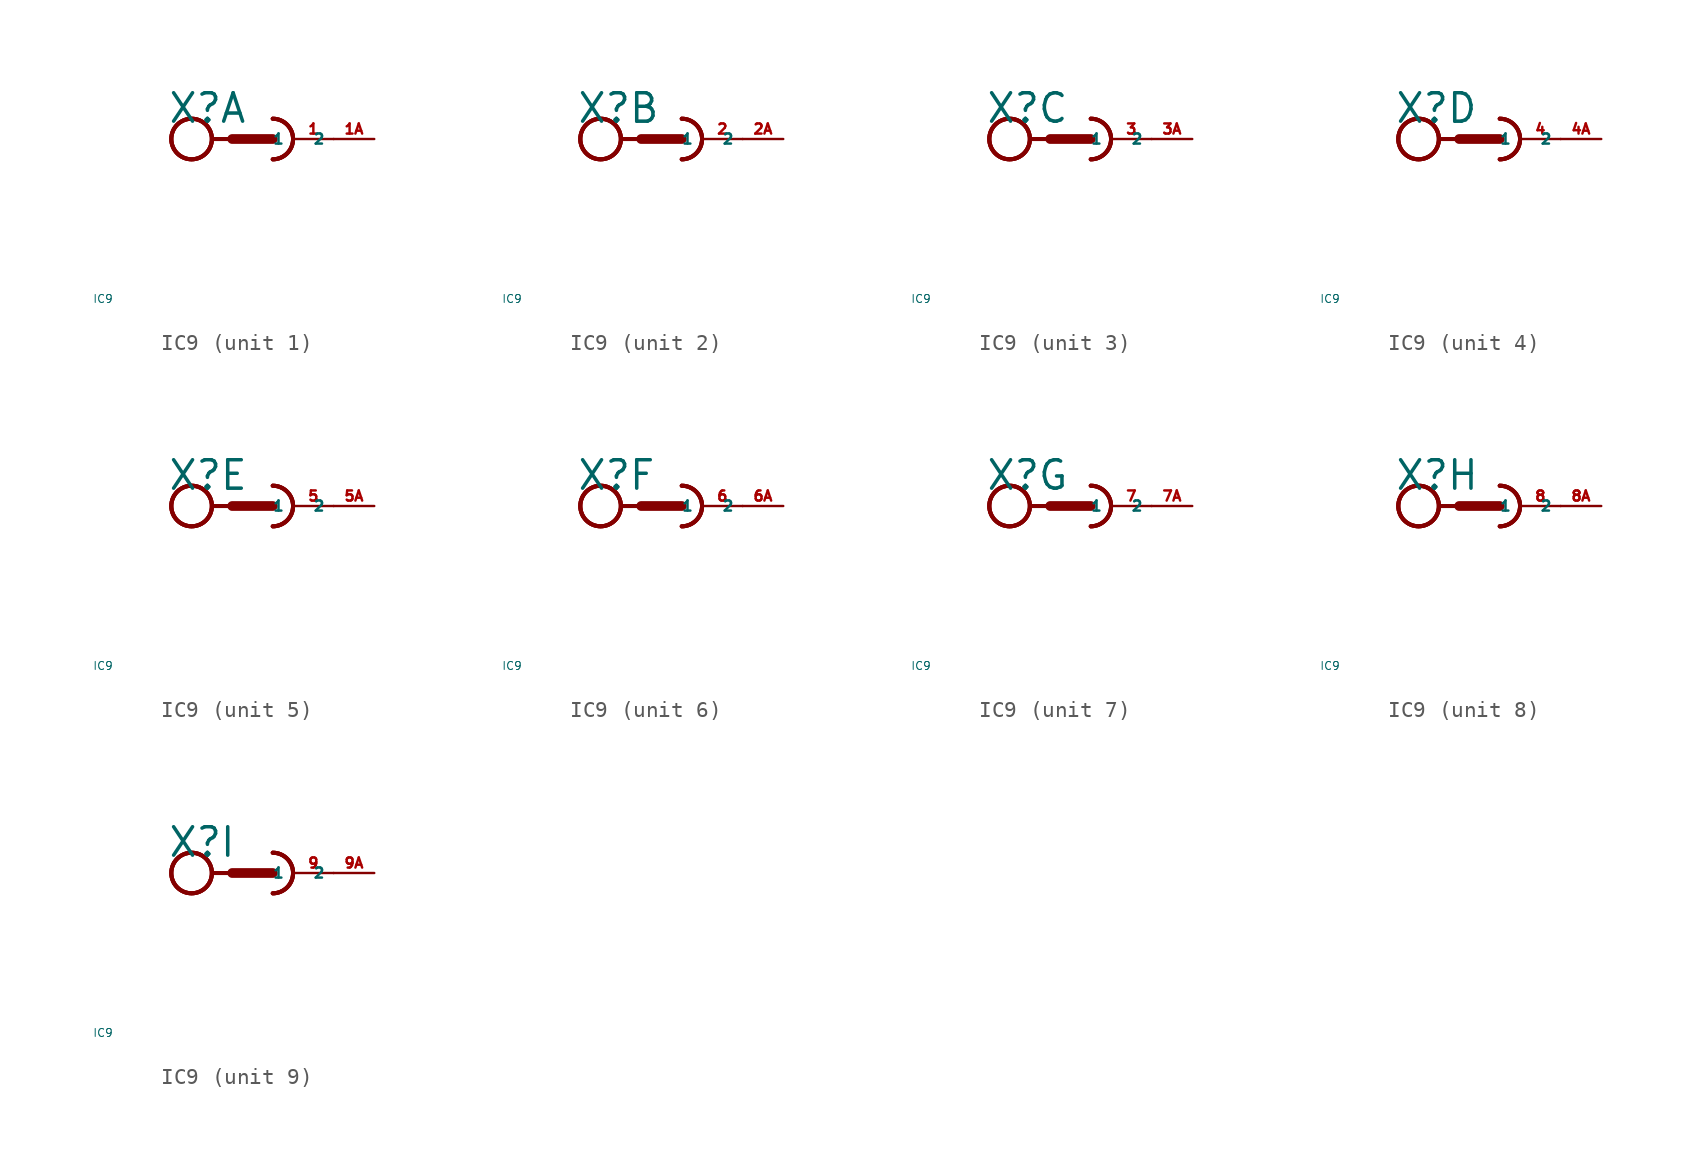
<source format=kicad_sym>
(kicad_symbol_lib
  (version 20220914)
  (generator Eagle2Kicad)
  (symbol "IC9"
    (property "Reference" "X"
      (at -5.334 0.889 0)
      (effects (font (size 1.778 1.778) (thickness 0.22)) (justify left bottom)))
    (property "Value" "IC9"
      (at -10 -10 0)
      (effects (font (size 0.5 0.5) (thickness 0.06)) (justify left)))
    (symbol "IC9_1_0"
      (arc (start 1.27 -1.27) (mid 2.540 0.000) (end 1.27 1.27) (stroke (width 0.254) (type default)) (fill (type none)))
      (arc (start 1.27 -1.27) (mid 2.540 0.000) (end 1.27 1.27) (stroke (width 0.254) (type default)) (fill (type none)))
      (polyline (pts (xy -2.54 0) (xy -1.27 0)) (stroke (width 0.254) (type default)) (fill (type none)))
      (polyline (pts (xy -1.27 0) (xy 1.27 0)) (stroke (width 0.61) (type default)) (fill (type none)))
      (arc (start 1.27 -1.27) (mid 2.540 0.000) (end 1.27 1.27) (stroke (width 0.254) (type default)) (fill (type none)))
      (circle (center -3.81 0) (radius 1.27) (stroke (width 0.254) (type default)) (fill (type none)))
      (circle (center -3.81 0) (radius 1.27) (stroke (width 0.254) (type default)) (fill (type none)))
      (circle (center -3.81 0) (radius 1.27) (stroke (width 0.254) (type default)) (fill (type none)))
      (pin passive line (at 5.08 0 180) (length 2.54) (name "1" (effects (font (size 0.635 0.635) (thickness 0.08)) (justify left bottom))) (number "1" (effects (font (size 0.635 0.635) (thickness 0.08)) (justify left bottom))))
      (pin passive line (at 7.62 0 180) (length 2.54) (name "2" (effects (font (size 0.635 0.635) (thickness 0.08)) (justify left bottom))) (number "1A" (effects (font (size 0.635 0.635) (thickness 0.08)) (justify left bottom)))))
    (symbol "IC9_2_0"
      (arc (start 1.27 -1.27) (mid 2.540 0.000) (end 1.27 1.27) (stroke (width 0.254) (type default)) (fill (type none)))
      (arc (start 1.27 -1.27) (mid 2.540 0.000) (end 1.27 1.27) (stroke (width 0.254) (type default)) (fill (type none)))
      (polyline (pts (xy -2.54 0) (xy -1.27 0)) (stroke (width 0.254) (type default)) (fill (type none)))
      (polyline (pts (xy -1.27 0) (xy 1.27 0)) (stroke (width 0.61) (type default)) (fill (type none)))
      (arc (start 1.27 -1.27) (mid 2.540 0.000) (end 1.27 1.27) (stroke (width 0.254) (type default)) (fill (type none)))
      (circle (center -3.81 0) (radius 1.27) (stroke (width 0.254) (type default)) (fill (type none)))
      (circle (center -3.81 0) (radius 1.27) (stroke (width 0.254) (type default)) (fill (type none)))
      (circle (center -3.81 0) (radius 1.27) (stroke (width 0.254) (type default)) (fill (type none)))
      (pin passive line (at 5.08 0 180) (length 2.54) (name "1" (effects (font (size 0.635 0.635) (thickness 0.08)) (justify left bottom))) (number "2" (effects (font (size 0.635 0.635) (thickness 0.08)) (justify left bottom))))
      (pin passive line (at 7.62 0 180) (length 2.54) (name "2" (effects (font (size 0.635 0.635) (thickness 0.08)) (justify left bottom))) (number "2A" (effects (font (size 0.635 0.635) (thickness 0.08)) (justify left bottom)))))
    (symbol "IC9_3_0"
      (arc (start 1.27 -1.27) (mid 2.540 0.000) (end 1.27 1.27) (stroke (width 0.254) (type default)) (fill (type none)))
      (arc (start 1.27 -1.27) (mid 2.540 0.000) (end 1.27 1.27) (stroke (width 0.254) (type default)) (fill (type none)))
      (polyline (pts (xy -2.54 0) (xy -1.27 0)) (stroke (width 0.254) (type default)) (fill (type none)))
      (polyline (pts (xy -1.27 0) (xy 1.27 0)) (stroke (width 0.61) (type default)) (fill (type none)))
      (arc (start 1.27 -1.27) (mid 2.540 0.000) (end 1.27 1.27) (stroke (width 0.254) (type default)) (fill (type none)))
      (circle (center -3.81 0) (radius 1.27) (stroke (width 0.254) (type default)) (fill (type none)))
      (circle (center -3.81 0) (radius 1.27) (stroke (width 0.254) (type default)) (fill (type none)))
      (circle (center -3.81 0) (radius 1.27) (stroke (width 0.254) (type default)) (fill (type none)))
      (pin passive line (at 5.08 0 180) (length 2.54) (name "1" (effects (font (size 0.635 0.635) (thickness 0.08)) (justify left bottom))) (number "3" (effects (font (size 0.635 0.635) (thickness 0.08)) (justify left bottom))))
      (pin passive line (at 7.62 0 180) (length 2.54) (name "2" (effects (font (size 0.635 0.635) (thickness 0.08)) (justify left bottom))) (number "3A" (effects (font (size 0.635 0.635) (thickness 0.08)) (justify left bottom)))))
    (symbol "IC9_4_0"
      (arc (start 1.27 -1.27) (mid 2.540 0.000) (end 1.27 1.27) (stroke (width 0.254) (type default)) (fill (type none)))
      (arc (start 1.27 -1.27) (mid 2.540 0.000) (end 1.27 1.27) (stroke (width 0.254) (type default)) (fill (type none)))
      (polyline (pts (xy -2.54 0) (xy -1.27 0)) (stroke (width 0.254) (type default)) (fill (type none)))
      (polyline (pts (xy -1.27 0) (xy 1.27 0)) (stroke (width 0.61) (type default)) (fill (type none)))
      (arc (start 1.27 -1.27) (mid 2.540 0.000) (end 1.27 1.27) (stroke (width 0.254) (type default)) (fill (type none)))
      (circle (center -3.81 0) (radius 1.27) (stroke (width 0.254) (type default)) (fill (type none)))
      (circle (center -3.81 0) (radius 1.27) (stroke (width 0.254) (type default)) (fill (type none)))
      (circle (center -3.81 0) (radius 1.27) (stroke (width 0.254) (type default)) (fill (type none)))
      (pin passive line (at 5.08 0 180) (length 2.54) (name "1" (effects (font (size 0.635 0.635) (thickness 0.08)) (justify left bottom))) (number "4" (effects (font (size 0.635 0.635) (thickness 0.08)) (justify left bottom))))
      (pin passive line (at 7.62 0 180) (length 2.54) (name "2" (effects (font (size 0.635 0.635) (thickness 0.08)) (justify left bottom))) (number "4A" (effects (font (size 0.635 0.635) (thickness 0.08)) (justify left bottom)))))
    (symbol "IC9_5_0"
      (arc (start 1.27 -1.27) (mid 2.540 0.000) (end 1.27 1.27) (stroke (width 0.254) (type default)) (fill (type none)))
      (arc (start 1.27 -1.27) (mid 2.540 0.000) (end 1.27 1.27) (stroke (width 0.254) (type default)) (fill (type none)))
      (polyline (pts (xy -2.54 0) (xy -1.27 0)) (stroke (width 0.254) (type default)) (fill (type none)))
      (polyline (pts (xy -1.27 0) (xy 1.27 0)) (stroke (width 0.61) (type default)) (fill (type none)))
      (arc (start 1.27 -1.27) (mid 2.540 0.000) (end 1.27 1.27) (stroke (width 0.254) (type default)) (fill (type none)))
      (circle (center -3.81 0) (radius 1.27) (stroke (width 0.254) (type default)) (fill (type none)))
      (circle (center -3.81 0) (radius 1.27) (stroke (width 0.254) (type default)) (fill (type none)))
      (circle (center -3.81 0) (radius 1.27) (stroke (width 0.254) (type default)) (fill (type none)))
      (pin passive line (at 5.08 0 180) (length 2.54) (name "1" (effects (font (size 0.635 0.635) (thickness 0.08)) (justify left bottom))) (number "5" (effects (font (size 0.635 0.635) (thickness 0.08)) (justify left bottom))))
      (pin passive line (at 7.62 0 180) (length 2.54) (name "2" (effects (font (size 0.635 0.635) (thickness 0.08)) (justify left bottom))) (number "5A" (effects (font (size 0.635 0.635) (thickness 0.08)) (justify left bottom)))))
    (symbol "IC9_6_0"
      (arc (start 1.27 -1.27) (mid 2.540 0.000) (end 1.27 1.27) (stroke (width 0.254) (type default)) (fill (type none)))
      (arc (start 1.27 -1.27) (mid 2.540 0.000) (end 1.27 1.27) (stroke (width 0.254) (type default)) (fill (type none)))
      (polyline (pts (xy -2.54 0) (xy -1.27 0)) (stroke (width 0.254) (type default)) (fill (type none)))
      (polyline (pts (xy -1.27 0) (xy 1.27 0)) (stroke (width 0.61) (type default)) (fill (type none)))
      (arc (start 1.27 -1.27) (mid 2.540 0.000) (end 1.27 1.27) (stroke (width 0.254) (type default)) (fill (type none)))
      (circle (center -3.81 0) (radius 1.27) (stroke (width 0.254) (type default)) (fill (type none)))
      (circle (center -3.81 0) (radius 1.27) (stroke (width 0.254) (type default)) (fill (type none)))
      (circle (center -3.81 0) (radius 1.27) (stroke (width 0.254) (type default)) (fill (type none)))
      (pin passive line (at 5.08 0 180) (length 2.54) (name "1" (effects (font (size 0.635 0.635) (thickness 0.08)) (justify left bottom))) (number "6" (effects (font (size 0.635 0.635) (thickness 0.08)) (justify left bottom))))
      (pin passive line (at 7.62 0 180) (length 2.54) (name "2" (effects (font (size 0.635 0.635) (thickness 0.08)) (justify left bottom))) (number "6A" (effects (font (size 0.635 0.635) (thickness 0.08)) (justify left bottom)))))
    (symbol "IC9_7_0"
      (arc (start 1.27 -1.27) (mid 2.540 0.000) (end 1.27 1.27) (stroke (width 0.254) (type default)) (fill (type none)))
      (arc (start 1.27 -1.27) (mid 2.540 0.000) (end 1.27 1.27) (stroke (width 0.254) (type default)) (fill (type none)))
      (polyline (pts (xy -2.54 0) (xy -1.27 0)) (stroke (width 0.254) (type default)) (fill (type none)))
      (polyline (pts (xy -1.27 0) (xy 1.27 0)) (stroke (width 0.61) (type default)) (fill (type none)))
      (arc (start 1.27 -1.27) (mid 2.540 0.000) (end 1.27 1.27) (stroke (width 0.254) (type default)) (fill (type none)))
      (circle (center -3.81 0) (radius 1.27) (stroke (width 0.254) (type default)) (fill (type none)))
      (circle (center -3.81 0) (radius 1.27) (stroke (width 0.254) (type default)) (fill (type none)))
      (circle (center -3.81 0) (radius 1.27) (stroke (width 0.254) (type default)) (fill (type none)))
      (pin passive line (at 5.08 0 180) (length 2.54) (name "1" (effects (font (size 0.635 0.635) (thickness 0.08)) (justify left bottom))) (number "7" (effects (font (size 0.635 0.635) (thickness 0.08)) (justify left bottom))))
      (pin passive line (at 7.62 0 180) (length 2.54) (name "2" (effects (font (size 0.635 0.635) (thickness 0.08)) (justify left bottom))) (number "7A" (effects (font (size 0.635 0.635) (thickness 0.08)) (justify left bottom)))))
    (symbol "IC9_8_0"
      (arc (start 1.27 -1.27) (mid 2.540 0.000) (end 1.27 1.27) (stroke (width 0.254) (type default)) (fill (type none)))
      (arc (start 1.27 -1.27) (mid 2.540 0.000) (end 1.27 1.27) (stroke (width 0.254) (type default)) (fill (type none)))
      (polyline (pts (xy -2.54 0) (xy -1.27 0)) (stroke (width 0.254) (type default)) (fill (type none)))
      (polyline (pts (xy -1.27 0) (xy 1.27 0)) (stroke (width 0.61) (type default)) (fill (type none)))
      (arc (start 1.27 -1.27) (mid 2.540 0.000) (end 1.27 1.27) (stroke (width 0.254) (type default)) (fill (type none)))
      (circle (center -3.81 0) (radius 1.27) (stroke (width 0.254) (type default)) (fill (type none)))
      (circle (center -3.81 0) (radius 1.27) (stroke (width 0.254) (type default)) (fill (type none)))
      (circle (center -3.81 0) (radius 1.27) (stroke (width 0.254) (type default)) (fill (type none)))
      (pin passive line (at 5.08 0 180) (length 2.54) (name "1" (effects (font (size 0.635 0.635) (thickness 0.08)) (justify left bottom))) (number "8" (effects (font (size 0.635 0.635) (thickness 0.08)) (justify left bottom))))
      (pin passive line (at 7.62 0 180) (length 2.54) (name "2" (effects (font (size 0.635 0.635) (thickness 0.08)) (justify left bottom))) (number "8A" (effects (font (size 0.635 0.635) (thickness 0.08)) (justify left bottom)))))
    (symbol "IC9_9_0"
      (arc (start 1.27 -1.27) (mid 2.540 0.000) (end 1.27 1.27) (stroke (width 0.254) (type default)) (fill (type none)))
      (arc (start 1.27 -1.27) (mid 2.540 0.000) (end 1.27 1.27) (stroke (width 0.254) (type default)) (fill (type none)))
      (polyline (pts (xy -2.54 0) (xy -1.27 0)) (stroke (width 0.254) (type default)) (fill (type none)))
      (polyline (pts (xy -1.27 0) (xy 1.27 0)) (stroke (width 0.61) (type default)) (fill (type none)))
      (arc (start 1.27 -1.27) (mid 2.540 0.000) (end 1.27 1.27) (stroke (width 0.254) (type default)) (fill (type none)))
      (circle (center -3.81 0) (radius 1.27) (stroke (width 0.254) (type default)) (fill (type none)))
      (circle (center -3.81 0) (radius 1.27) (stroke (width 0.254) (type default)) (fill (type none)))
      (circle (center -3.81 0) (radius 1.27) (stroke (width 0.254) (type default)) (fill (type none)))
      (pin passive line (at 5.08 0 180) (length 2.54) (name "1" (effects (font (size 0.635 0.635) (thickness 0.08)) (justify left bottom))) (number "9" (effects (font (size 0.635 0.635) (thickness 0.08)) (justify left bottom))))
      (pin passive line (at 7.62 0 180) (length 2.54) (name "2" (effects (font (size 0.635 0.635) (thickness 0.08)) (justify left bottom))) (number "9A" (effects (font (size 0.635 0.635) (thickness 0.08)) (justify left bottom)))))))
</source>
